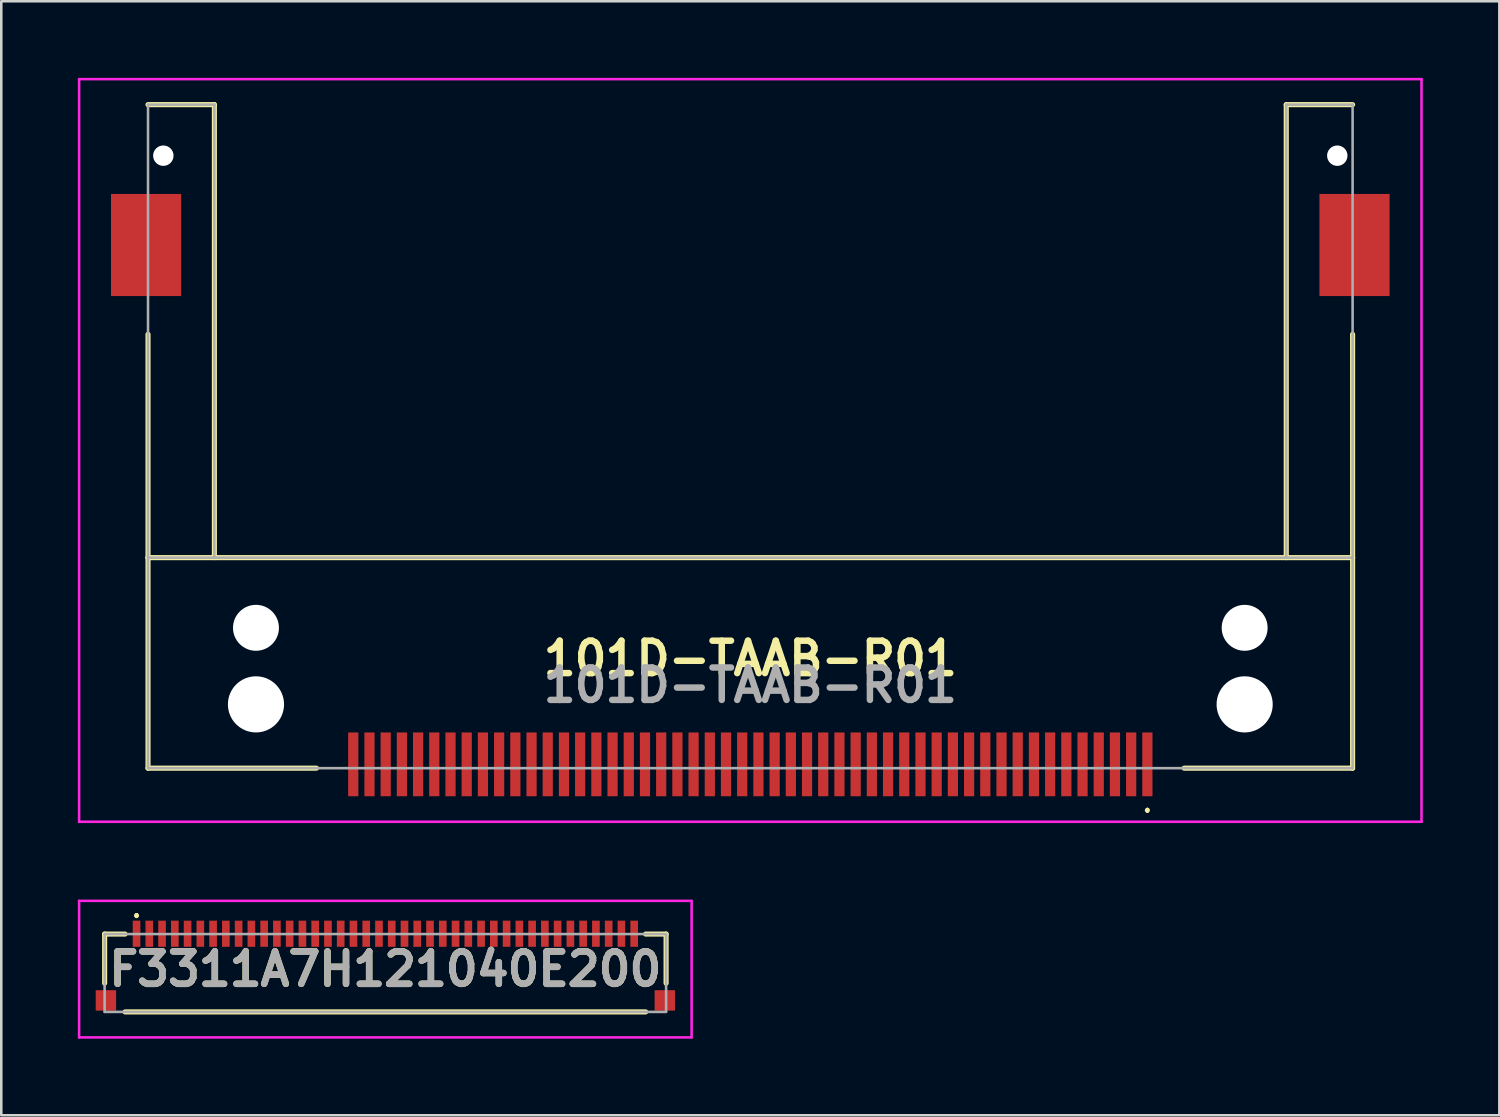
<source format=kicad_pcb>
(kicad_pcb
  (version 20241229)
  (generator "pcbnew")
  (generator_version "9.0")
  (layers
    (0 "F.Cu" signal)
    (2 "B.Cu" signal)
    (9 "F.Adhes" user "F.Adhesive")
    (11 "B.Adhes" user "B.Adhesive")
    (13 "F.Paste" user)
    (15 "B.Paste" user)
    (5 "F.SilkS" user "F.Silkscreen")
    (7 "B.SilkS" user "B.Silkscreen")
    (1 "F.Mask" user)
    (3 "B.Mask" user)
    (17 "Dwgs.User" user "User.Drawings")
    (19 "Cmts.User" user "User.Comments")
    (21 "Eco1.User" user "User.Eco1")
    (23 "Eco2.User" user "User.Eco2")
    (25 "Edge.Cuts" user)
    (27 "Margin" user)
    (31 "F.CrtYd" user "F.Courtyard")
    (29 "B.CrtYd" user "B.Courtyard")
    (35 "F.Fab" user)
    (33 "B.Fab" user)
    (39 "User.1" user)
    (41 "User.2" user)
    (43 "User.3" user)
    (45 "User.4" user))
  (footprint "101D-TAAB-R01"
    (layer "F.Cu")
    (at 26.35 14.05)
    (property "Reference" "101D-TAAB-R01" (at 0 8.7 0) (layer "F.SilkS") (effects (font (size 1.27 1.27) (thickness 0.254))))
    (attr through_hole)
    (fp_line (start -23.6 -4) (end -23.6 4.75) (stroke (width 0.2) (type solid)) (layer "F.SilkS"))
    (fp_line (start -23.6 4.75) (end -23.6 13) (stroke (width 0.2) (type solid)) (layer "F.SilkS"))
    (fp_line (start -23.6 13) (end -17 13) (stroke (width 0.2) (type solid)) (layer "F.SilkS"))
    (fp_line (start -21 -13) (end -23.6 -13) (stroke (width 0.2) (type solid)) (layer "F.SilkS"))
    (fp_line (start -21 4.75) (end -21 -13) (stroke (width 0.2) (type solid)) (layer "F.SilkS"))
    (fp_line (start 15.558 14.6) (end 15.558 14.6) (stroke (width 0.1) (type solid)) (layer "F.SilkS"))
    (fp_line (start 15.558 14.7) (end 15.558 14.7) (stroke (width 0.1) (type solid)) (layer "F.SilkS"))
    (fp_line (start 17 13) (end 23.6 13) (stroke (width 0.2) (type solid)) (layer "F.SilkS"))
    (fp_line (start 21 -13) (end 23.6 -13) (stroke (width 0.2) (type solid)) (layer "F.SilkS"))
    (fp_line (start 21 4.75) (end 21 -13) (stroke (width 0.2) (type solid)) (layer "F.SilkS"))
    (fp_line (start 23.6 4.75) (end -23.6 4.75) (stroke (width 0.2) (type solid)) (layer "F.SilkS"))
    (fp_line (start 23.6 4.75) (end 23.6 -4) (stroke (width 0.2) (type solid)) (layer "F.SilkS"))
    (fp_line (start 23.6 13) (end 23.6 4.75) (stroke (width 0.2) (type solid)) (layer "F.SilkS"))
    (fp_arc (start 15.558 14.6) (mid 15.608 14.65) (end 15.558 14.7) (stroke (width 0.1) (type solid)) (layer "F.SilkS"))
    (fp_arc (start 15.558 14.7) (mid 15.508 14.65) (end 15.558 14.6) (stroke (width 0.1) (type solid)) (layer "F.SilkS"))
    (fp_line (start -26.3 -14) (end 26.3 -14) (stroke (width 0.1) (type solid)) (layer "F.CrtYd"))
    (fp_line (start -26.3 15.1) (end -26.3 -14) (stroke (width 0.1) (type solid)) (layer "F.CrtYd"))
    (fp_line (start 26.3 -14) (end 26.3 15.1) (stroke (width 0.1) (type solid)) (layer "F.CrtYd"))
    (fp_line (start 26.3 15.1) (end -26.3 15.1) (stroke (width 0.1) (type solid)) (layer "F.CrtYd"))
    (fp_line (start -23.6 -13) (end -21 -13) (stroke (width 0.1) (type solid)) (layer "F.Fab"))
    (fp_line (start -23.6 4.75) (end -23.6 -13) (stroke (width 0.1) (type solid)) (layer "F.Fab"))
    (fp_line (start -23.6 4.75) (end 23.6 4.75) (stroke (width 0.1) (type solid)) (layer "F.Fab"))
    (fp_line (start -23.6 13) (end -23.6 4.75) (stroke (width 0.1) (type solid)) (layer "F.Fab"))
    (fp_line (start -21 -13) (end -21 4.75) (stroke (width 0.1) (type solid)) (layer "F.Fab"))
    (fp_line (start 21 -13) (end 21 4.75) (stroke (width 0.1) (type solid)) (layer "F.Fab"))
    (fp_line (start 23.6 -13) (end 21 -13) (stroke (width 0.1) (type solid)) (layer "F.Fab"))
    (fp_line (start 23.6 4.75) (end 23.6 -13) (stroke (width 0.1) (type solid)) (layer "F.Fab"))
    (fp_line (start 23.6 4.75) (end 23.6 13) (stroke (width 0.1) (type solid)) (layer "F.Fab"))
    (fp_line (start 23.6 13) (end -23.6 13) (stroke (width 0.1) (type solid)) (layer "F.Fab"))
    (fp_text user "${REFERENCE}" (at 0 9.75 0) (layer "F.Fab") (effects (font (size 1.27 1.27) (thickness 0.254))))
    (pad "" np_thru_hole circle (at -23 -11) (size 0.8 0.8) (drill 0.8) (layers "*.Cu" "*.Mask"))
    (pad "" np_thru_hole circle (at -19.37 7.5) (size 1.8 1.8) (drill 1.8) (layers "*.Cu" "*.Mask"))
    (pad "" np_thru_hole circle (at -19.37 10.5) (size 2.2 2.2) (drill 2.2) (layers "*.Cu" "*.Mask"))
    (pad "" np_thru_hole circle (at 19.37 7.5) (size 1.8 1.8) (drill 1.8) (layers "*.Cu" "*.Mask"))
    (pad "" np_thru_hole circle (at 19.37 10.5) (size 2.2 2.2) (drill 2.2) (layers "*.Cu" "*.Mask"))
    (pad "" np_thru_hole circle (at 23 -11) (size 0.8 0.8) (drill 0.8) (layers "*.Cu" "*.Mask"))
    (pad "1" smd rect (at 15.558 12.85) (size 0.4 2.5) (layers "F.Cu" "F.Mask" "F.Paste"))
    (pad "2" smd rect (at 14.288 12.85) (size 0.4 2.5) (layers "F.Cu" "F.Mask" "F.Paste"))
    (pad "3" smd rect (at 13.018 12.85) (size 0.4 2.5) (layers "F.Cu" "F.Mask" "F.Paste"))
    (pad "4" smd rect (at 11.748 12.85) (size 0.4 2.5) (layers "F.Cu" "F.Mask" "F.Paste"))
    (pad "5" smd rect (at 10.478 12.85) (size 0.4 2.5) (layers "F.Cu" "F.Mask" "F.Paste"))
    (pad "6" smd rect (at 9.208 12.85) (size 0.4 2.5) (layers "F.Cu" "F.Mask" "F.Paste"))
    (pad "7" smd rect (at 7.938 12.85) (size 0.4 2.5) (layers "F.Cu" "F.Mask" "F.Paste"))
    (pad "8" smd rect (at 6.668 12.85) (size 0.4 2.5) (layers "F.Cu" "F.Mask" "F.Paste"))
    (pad "9" smd rect (at 5.398 12.85) (size 0.4 2.5) (layers "F.Cu" "F.Mask" "F.Paste"))
    (pad "10" smd rect (at 4.128 12.85) (size 0.4 2.5) (layers "F.Cu" "F.Mask" "F.Paste"))
    (pad "11" smd rect (at 2.858 12.85) (size 0.4 2.5) (layers "F.Cu" "F.Mask" "F.Paste"))
    (pad "12" smd rect (at 1.588 12.85) (size 0.4 2.5) (layers "F.Cu" "F.Mask" "F.Paste"))
    (pad "13" smd rect (at 0.318 12.85) (size 0.4 2.5) (layers "F.Cu" "F.Mask" "F.Paste"))
    (pad "14" smd rect (at -0.953 12.85) (size 0.4 2.5) (layers "F.Cu" "F.Mask" "F.Paste"))
    (pad "15" smd rect (at -2.223 12.85) (size 0.4 2.5) (layers "F.Cu" "F.Mask" "F.Paste"))
    (pad "16" smd rect (at -3.492 12.85) (size 0.4 2.5) (layers "F.Cu" "F.Mask" "F.Paste"))
    (pad "17" smd rect (at -4.762 12.85) (size 0.4 2.5) (layers "F.Cu" "F.Mask" "F.Paste"))
    (pad "18" smd rect (at -6.032 12.85) (size 0.4 2.5) (layers "F.Cu" "F.Mask" "F.Paste"))
    (pad "19" smd rect (at -7.302 12.85) (size 0.4 2.5) (layers "F.Cu" "F.Mask" "F.Paste"))
    (pad "20" smd rect (at -8.572 12.85) (size 0.4 2.5) (layers "F.Cu" "F.Mask" "F.Paste"))
    (pad "21" smd rect (at -9.842 12.85) (size 0.4 2.5) (layers "F.Cu" "F.Mask" "F.Paste"))
    (pad "22" smd rect (at -11.113 12.85) (size 0.4 2.5) (layers "F.Cu" "F.Mask" "F.Paste"))
    (pad "23" smd rect (at -12.383 12.85) (size 0.4 2.5) (layers "F.Cu" "F.Mask" "F.Paste"))
    (pad "24" smd rect (at -13.652 12.85) (size 0.4 2.5) (layers "F.Cu" "F.Mask" "F.Paste"))
    (pad "25" smd rect (at -14.922 12.85) (size 0.4 2.5) (layers "F.Cu" "F.Mask" "F.Paste"))
    (pad "26" smd rect (at 14.923 12.85) (size 0.4 2.5) (layers "F.Cu" "F.Mask" "F.Paste"))
    (pad "27" smd rect (at 13.653 12.85) (size 0.4 2.5) (layers "F.Cu" "F.Mask" "F.Paste"))
    (pad "28" smd rect (at 12.383 12.85) (size 0.4 2.5) (layers "F.Cu" "F.Mask" "F.Paste"))
    (pad "29" smd rect (at 11.113 12.85) (size 0.4 2.5) (layers "F.Cu" "F.Mask" "F.Paste"))
    (pad "30" smd rect (at 9.843 12.85) (size 0.4 2.5) (layers "F.Cu" "F.Mask" "F.Paste"))
    (pad "31" smd rect (at 8.573 12.85) (size 0.4 2.5) (layers "F.Cu" "F.Mask" "F.Paste"))
    (pad "32" smd rect (at 7.303 12.85) (size 0.4 2.5) (layers "F.Cu" "F.Mask" "F.Paste"))
    (pad "33" smd rect (at 6.033 12.85) (size 0.4 2.5) (layers "F.Cu" "F.Mask" "F.Paste"))
    (pad "34" smd rect (at 4.763 12.85) (size 0.4 2.5) (layers "F.Cu" "F.Mask" "F.Paste"))
    (pad "35" smd rect (at 3.493 12.85) (size 0.4 2.5) (layers "F.Cu" "F.Mask" "F.Paste"))
    (pad "36" smd rect (at 2.223 12.85) (size 0.4 2.5) (layers "F.Cu" "F.Mask" "F.Paste"))
    (pad "37" smd rect (at 0.953 12.85) (size 0.4 2.5) (layers "F.Cu" "F.Mask" "F.Paste"))
    (pad "38" smd rect (at -0.317 12.85) (size 0.4 2.5) (layers "F.Cu" "F.Mask" "F.Paste"))
    (pad "39" smd rect (at -1.587 12.85) (size 0.4 2.5) (layers "F.Cu" "F.Mask" "F.Paste"))
    (pad "40" smd rect (at -2.857 12.85) (size 0.4 2.5) (layers "F.Cu" "F.Mask" "F.Paste"))
    (pad "41" smd rect (at -4.127 12.85) (size 0.4 2.5) (layers "F.Cu" "F.Mask" "F.Paste"))
    (pad "42" smd rect (at -5.398 12.85) (size 0.4 2.5) (layers "F.Cu" "F.Mask" "F.Paste"))
    (pad "43" smd rect (at -6.668 12.85) (size 0.4 2.5) (layers "F.Cu" "F.Mask" "F.Paste"))
    (pad "44" smd rect (at -7.938 12.85) (size 0.4 2.5) (layers "F.Cu" "F.Mask" "F.Paste"))
    (pad "45" smd rect (at -9.207 12.85) (size 0.4 2.5) (layers "F.Cu" "F.Mask" "F.Paste"))
    (pad "46" smd rect (at -10.477 12.85) (size 0.4 2.5) (layers "F.Cu" "F.Mask" "F.Paste"))
    (pad "47" smd rect (at -11.747 12.85) (size 0.4 2.5) (layers "F.Cu" "F.Mask" "F.Paste"))
    (pad "48" smd rect (at -13.017 12.85) (size 0.4 2.5) (layers "F.Cu" "F.Mask" "F.Paste"))
    (pad "49" smd rect (at -14.287 12.85) (size 0.4 2.5) (layers "F.Cu" "F.Mask" "F.Paste"))
    (pad "50" smd rect (at -15.558 12.85) (size 0.4 2.5) (layers "F.Cu" "F.Mask" "F.Paste"))
    (pad "MP" smd rect (at -23.675 -7.5) (size 2.75 4) (layers "F.Cu" "F.Mask" "F.Paste"))
    (pad "MP" smd rect (at 23.675 -7.5) (size 2.75 4) (layers "F.Cu" "F.Mask" "F.Paste")))
  (footprint "F3311A7H121040E200"
    (layer "F.Cu")
    (at 12.05 35.075)
    (property "Reference" "F3311A7H121040E200" (at 0 -0.15 0) (layer "F.SilkS") (effects (font (size 1.27 1.27) (thickness 0.254))))
    (attr smd)
    (fp_line (start -11 -1.525) (end -11 0.4) (stroke (width 0.2) (type solid)) (layer "F.SilkS"))
    (fp_line (start -10.2 -1.525) (end -11 -1.525) (stroke (width 0.2) (type solid)) (layer "F.SilkS"))
    (fp_line (start -10.2 1.525) (end 10.2 1.525) (stroke (width 0.2) (type solid)) (layer "F.SilkS"))
    (fp_line (start -9.75 -2.3) (end -9.75 -2.3) (stroke (width 0.1) (type solid)) (layer "F.SilkS"))
    (fp_line (start -9.75 -2.2) (end -9.75 -2.2) (stroke (width 0.1) (type solid)) (layer "F.SilkS"))
    (fp_line (start 11 -1.525) (end 10.2 -1.525) (stroke (width 0.2) (type solid)) (layer "F.SilkS"))
    (fp_line (start 11 0.4) (end 11 -1.525) (stroke (width 0.2) (type solid)) (layer "F.SilkS"))
    (fp_arc (start -9.75 -2.3) (mid -9.7 -2.25) (end -9.75 -2.2) (stroke (width 0.1) (type solid)) (layer "F.SilkS"))
    (fp_arc (start -9.75 -2.2) (mid -9.8 -2.25) (end -9.75 -2.3) (stroke (width 0.1) (type solid)) (layer "F.SilkS"))
    (fp_line (start -12 -2.825) (end 12 -2.825) (stroke (width 0.1) (type solid)) (layer "F.CrtYd"))
    (fp_line (start -12 2.525) (end -12 -2.825) (stroke (width 0.1) (type solid)) (layer "F.CrtYd"))
    (fp_line (start 12 -2.825) (end 12 2.525) (stroke (width 0.1) (type solid)) (layer "F.CrtYd"))
    (fp_line (start 12 2.525) (end -12 2.525) (stroke (width 0.1) (type solid)) (layer "F.CrtYd"))
    (fp_line (start -11 -1.525) (end 11 -1.525) (stroke (width 0.1) (type solid)) (layer "F.Fab"))
    (fp_line (start -11 1.525) (end -11 -1.525) (stroke (width 0.1) (type solid)) (layer "F.Fab"))
    (fp_line (start 11 -1.525) (end 11 1.525) (stroke (width 0.1) (type solid)) (layer "F.Fab"))
    (fp_line (start 11 1.525) (end -11 1.525) (stroke (width 0.1) (type solid)) (layer "F.Fab"))
    (fp_text user "${REFERENCE}" (at 0 -0.15 0) (layer "F.Fab") (effects (font (size 1.27 1.27) (thickness 0.254))))
    (pad "1" smd rect (at -9.75 -1.538) (size 0.3 1.025) (layers "F.Cu" "F.Mask" "F.Paste"))
    (pad "2" smd rect (at -9.25 -1.538) (size 0.3 1.025) (layers "F.Cu" "F.Mask" "F.Paste"))
    (pad "3" smd rect (at -8.75 -1.538) (size 0.3 1.025) (layers "F.Cu" "F.Mask" "F.Paste"))
    (pad "4" smd rect (at -8.25 -1.538) (size 0.3 1.025) (layers "F.Cu" "F.Mask" "F.Paste"))
    (pad "5" smd rect (at -7.75 -1.538) (size 0.3 1.025) (layers "F.Cu" "F.Mask" "F.Paste"))
    (pad "6" smd rect (at -7.25 -1.538) (size 0.3 1.025) (layers "F.Cu" "F.Mask" "F.Paste"))
    (pad "7" smd rect (at -6.75 -1.538) (size 0.3 1.025) (layers "F.Cu" "F.Mask" "F.Paste"))
    (pad "8" smd rect (at -6.25 -1.538) (size 0.3 1.025) (layers "F.Cu" "F.Mask" "F.Paste"))
    (pad "9" smd rect (at -5.75 -1.538) (size 0.3 1.025) (layers "F.Cu" "F.Mask" "F.Paste"))
    (pad "10" smd rect (at -5.25 -1.538) (size 0.3 1.025) (layers "F.Cu" "F.Mask" "F.Paste"))
    (pad "11" smd rect (at -4.75 -1.538) (size 0.3 1.025) (layers "F.Cu" "F.Mask" "F.Paste"))
    (pad "12" smd rect (at -4.25 -1.538) (size 0.3 1.025) (layers "F.Cu" "F.Mask" "F.Paste"))
    (pad "13" smd rect (at -3.75 -1.538) (size 0.3 1.025) (layers "F.Cu" "F.Mask" "F.Paste"))
    (pad "14" smd rect (at -3.25 -1.538) (size 0.3 1.025) (layers "F.Cu" "F.Mask" "F.Paste"))
    (pad "15" smd rect (at -2.75 -1.538) (size 0.3 1.025) (layers "F.Cu" "F.Mask" "F.Paste"))
    (pad "16" smd rect (at -2.25 -1.538) (size 0.3 1.025) (layers "F.Cu" "F.Mask" "F.Paste"))
    (pad "17" smd rect (at -1.75 -1.538) (size 0.3 1.025) (layers "F.Cu" "F.Mask" "F.Paste"))
    (pad "18" smd rect (at -1.25 -1.538) (size 0.3 1.025) (layers "F.Cu" "F.Mask" "F.Paste"))
    (pad "19" smd rect (at -0.75 -1.538) (size 0.3 1.025) (layers "F.Cu" "F.Mask" "F.Paste"))
    (pad "20" smd rect (at -0.25 -1.538) (size 0.3 1.025) (layers "F.Cu" "F.Mask" "F.Paste"))
    (pad "21" smd rect (at 0.25 -1.538) (size 0.3 1.025) (layers "F.Cu" "F.Mask" "F.Paste"))
    (pad "22" smd rect (at 0.75 -1.538) (size 0.3 1.025) (layers "F.Cu" "F.Mask" "F.Paste"))
    (pad "23" smd rect (at 1.25 -1.538) (size 0.3 1.025) (layers "F.Cu" "F.Mask" "F.Paste"))
    (pad "24" smd rect (at 1.75 -1.538) (size 0.3 1.025) (layers "F.Cu" "F.Mask" "F.Paste"))
    (pad "25" smd rect (at 2.25 -1.538) (size 0.3 1.025) (layers "F.Cu" "F.Mask" "F.Paste"))
    (pad "26" smd rect (at 2.75 -1.538) (size 0.3 1.025) (layers "F.Cu" "F.Mask" "F.Paste"))
    (pad "27" smd rect (at 3.25 -1.538) (size 0.3 1.025) (layers "F.Cu" "F.Mask" "F.Paste"))
    (pad "28" smd rect (at 3.75 -1.538) (size 0.3 1.025) (layers "F.Cu" "F.Mask" "F.Paste"))
    (pad "29" smd rect (at 4.25 -1.538) (size 0.3 1.025) (layers "F.Cu" "F.Mask" "F.Paste"))
    (pad "30" smd rect (at 4.75 -1.538) (size 0.3 1.025) (layers "F.Cu" "F.Mask" "F.Paste"))
    (pad "31" smd rect (at 5.25 -1.538) (size 0.3 1.025) (layers "F.Cu" "F.Mask" "F.Paste"))
    (pad "32" smd rect (at 5.75 -1.538) (size 0.3 1.025) (layers "F.Cu" "F.Mask" "F.Paste"))
    (pad "33" smd rect (at 6.25 -1.538) (size 0.3 1.025) (layers "F.Cu" "F.Mask" "F.Paste"))
    (pad "34" smd rect (at 6.75 -1.538) (size 0.3 1.025) (layers "F.Cu" "F.Mask" "F.Paste"))
    (pad "35" smd rect (at 7.25 -1.538) (size 0.3 1.025) (layers "F.Cu" "F.Mask" "F.Paste"))
    (pad "36" smd rect (at 7.75 -1.538) (size 0.3 1.025) (layers "F.Cu" "F.Mask" "F.Paste"))
    (pad "37" smd rect (at 8.25 -1.538) (size 0.3 1.025) (layers "F.Cu" "F.Mask" "F.Paste"))
    (pad "38" smd rect (at 8.75 -1.538) (size 0.3 1.025) (layers "F.Cu" "F.Mask" "F.Paste"))
    (pad "39" smd rect (at 9.25 -1.538) (size 0.3 1.025) (layers "F.Cu" "F.Mask" "F.Paste"))
    (pad "40" smd rect (at 9.75 -1.538) (size 0.3 1.025) (layers "F.Cu" "F.Mask" "F.Paste"))
    (pad "MP" smd rect (at -10.95 1.075) (size 0.8 0.8) (layers "F.Cu" "F.Mask" "F.Paste"))
    (pad "MP" smd rect (at 10.95 1.075) (size 0.8 0.8) (layers "F.Cu" "F.Mask" "F.Paste")))
  (gr_rect
    (start -3 -3)
    (end 55.7 40.65)
    (stroke (width 0.1) (type default))
    (fill no)
    (layer "Edge.Cuts")))
</source>
